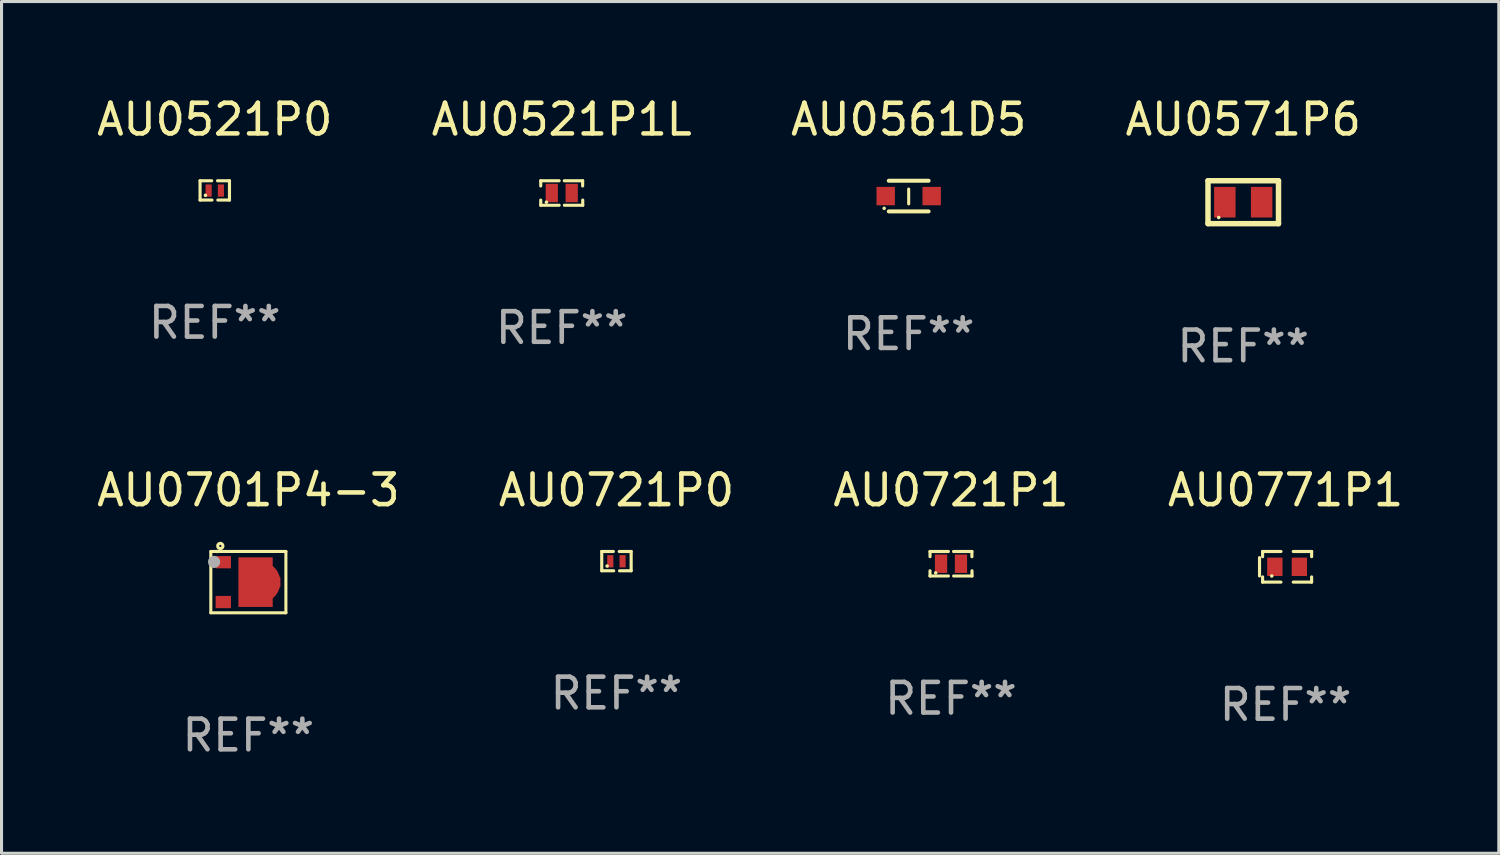
<source format=kicad_pcb>
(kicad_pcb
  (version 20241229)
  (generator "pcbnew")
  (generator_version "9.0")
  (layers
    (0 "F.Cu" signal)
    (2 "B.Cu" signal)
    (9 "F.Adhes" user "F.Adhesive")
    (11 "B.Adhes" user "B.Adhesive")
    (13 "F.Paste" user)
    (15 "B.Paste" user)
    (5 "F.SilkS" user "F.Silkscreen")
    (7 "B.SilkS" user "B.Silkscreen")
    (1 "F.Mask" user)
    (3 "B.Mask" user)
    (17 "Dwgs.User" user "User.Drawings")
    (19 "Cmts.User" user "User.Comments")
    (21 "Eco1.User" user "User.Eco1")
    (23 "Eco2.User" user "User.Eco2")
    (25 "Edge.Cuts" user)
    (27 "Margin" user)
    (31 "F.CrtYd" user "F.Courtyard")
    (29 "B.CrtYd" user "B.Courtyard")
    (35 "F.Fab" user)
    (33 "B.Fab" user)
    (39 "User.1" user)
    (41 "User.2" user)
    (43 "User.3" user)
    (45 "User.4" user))
  (footprint "AU0721P1"
    (layer "F.Cu")
    (at 27.982 15.345)
    (property "Reference" "AU0721P1" (at 0 -2.4 0) (layer "F.SilkS") (effects (font (size 1 1) (thickness 0.15))))
    (attr through_hole)
    (fp_line (start -0.685 -0.4) (end -0.685 -0.23) (stroke (width 0.102) (type solid)) (layer "F.SilkS"))
    (fp_line (start -0.685 0.4) (end -0.685 0.23) (stroke (width 0.102) (type solid)) (layer "F.SilkS"))
    (fp_line (start -0.085 -0.4) (end -0.685 -0.4) (stroke (width 0.102) (type solid)) (layer "F.SilkS"))
    (fp_line (start -0.085 0.4) (end -0.685 0.4) (stroke (width 0.102) (type solid)) (layer "F.SilkS"))
    (fp_line (start 0.082 -0.4) (end 0.682 -0.4) (stroke (width 0.102) (type solid)) (layer "F.SilkS"))
    (fp_line (start 0.085 0.4) (end 0.685 0.4) (stroke (width 0.102) (type solid)) (layer "F.SilkS"))
    (fp_line (start 0.682 -0.4) (end 0.682 -0.23) (stroke (width 0.102) (type solid)) (layer "F.SilkS"))
    (fp_line (start 0.685 0.4) (end 0.685 0.23) (stroke (width 0.102) (type solid)) (layer "F.SilkS"))
    (fp_circle (center -0.5 0.3) (end -0.47 0.3) (stroke (width 0.06) (type solid)) (fill no) (layer "F.SilkS"))
    (fp_text user "REF**" (at 0 4.4 0) (layer "F.Fab") (effects (font (size 1 1) (thickness 0.15))))
    (pad "1" smd rect (at -0.325 0) (size 0.4 0.6) (layers "F.Cu" "F.Mask" "F.Paste"))
    (pad "2" smd rect (at 0.325 0) (size 0.4 0.6) (layers "F.Cu" "F.Mask" "F.Paste")))
  (footprint "AU0571P6"
    (layer "F.Cu")
    (at 37.518 3.548)
    (property "Reference" "AU0571P6" (at 0 -2.7 0) (layer "F.SilkS") (effects (font (size 1 1) (thickness 0.15))))
    (attr through_hole)
    (fp_line (start -1.15 -0.7) (end -1.15 0.7) (stroke (width 0.178) (type solid)) (layer "F.SilkS"))
    (fp_line (start -1.15 -0.7) (end 1.15 -0.7) (stroke (width 0.178) (type solid)) (layer "F.SilkS"))
    (fp_line (start -1.15 0.7) (end 1.15 0.7) (stroke (width 0.178) (type solid)) (layer "F.SilkS"))
    (fp_line (start 1.15 -0.7) (end 1.15 0.7) (stroke (width 0.178) (type solid)) (layer "F.SilkS"))
    (fp_circle (center -0.8 0.5) (end -0.77 0.5) (stroke (width 0.06) (type solid)) (fill no) (layer "F.SilkS"))
    (fp_text user "REF**" (at 0 4.7 0) (layer "F.Fab") (effects (font (size 1 1) (thickness 0.15))))
    (pad "1" smd rect (at -0.6 0 90) (size 1 0.7) (layers "F.Cu" "F.Mask" "F.Paste"))
    (pad "2" smd rect (at 0.6 0 90) (size 1 0.7) (layers "F.Cu" "F.Mask" "F.Paste")))
  (footprint "AU0521P0"
    (layer "F.Cu")
    (at 3.958 3.163)
    (property "Reference" "AU0521P0" (at 0 -2.315 0) (layer "F.SilkS") (effects (font (size 1 1) (thickness 0.15))))
    (attr through_hole)
    (fp_line (start -0.48 -0.315) (end -0.48 0.315) (stroke (width 0.102) (type solid)) (layer "F.SilkS"))
    (fp_line (start -0.48 0.315) (end -0.09 0.315) (stroke (width 0.102) (type solid)) (layer "F.SilkS"))
    (fp_line (start -0.48 -0.315) (end -0.1 -0.315) (stroke (width 0.102) (type solid)) (layer "F.SilkS"))
    (fp_line (start 0.48 0.315) (end 0.1 0.315) (stroke (width 0.102) (type solid)) (layer "F.SilkS"))
    (fp_line (start 0.48 -0.315) (end 0.09 -0.315) (stroke (width 0.102) (type solid)) (layer "F.SilkS"))
    (fp_line (start 0.48 0.315) (end 0.48 -0.315) (stroke (width 0.102) (type solid)) (layer "F.SilkS"))
    (fp_circle (center -0.305 0.16) (end -0.275 0.16) (stroke (width 0.06) (type solid)) (fill no) (layer "F.SilkS"))
    (fp_text user "REF**" (at 0 4.315 0) (layer "F.Fab") (effects (font (size 1 1) (thickness 0.15))))
    (pad "1" smd rect (at -0.2 0.005) (size 0.2 0.4) (layers "F.Cu" "F.Mask" "F.Paste"))
    (pad "2" smd rect (at 0.2 0.005) (size 0.2 0.4) (layers "F.Cu" "F.Mask" "F.Paste")))
  (footprint "AU0701P4-3"
    (layer "F.Cu")
    (at 5.054 15.945)
    (property "Reference" "AU0701P4-3" (at 0 -3 0) (layer "F.SilkS") (effects (font (size 1 1) (thickness 0.15))))
    (attr through_hole)
    (fp_line (start -1.225 -1) (end -1.225 1) (stroke (width 0.1) (type solid)) (layer "F.SilkS"))
    (fp_line (start -1.225 -1) (end 1.225 -1) (stroke (width 0.1) (type solid)) (layer "F.SilkS"))
    (fp_line (start -1.225 1) (end 1.225 1) (stroke (width 0.1) (type solid)) (layer "F.SilkS"))
    (fp_line (start 1.225 -1) (end 1.225 1) (stroke (width 0.1) (type solid)) (layer "F.SilkS"))
    (fp_circle (center -1.019 -1) (end -0.989 -1) (stroke (width 0.06) (type solid)) (fill no) (layer "F.SilkS"))
    (fp_circle (center -0.915 -1.18) (end -0.879 -1.18) (stroke (width 0.1) (type solid)) (fill no) (layer "F.SilkS"))
    (fp_circle (center -1.119 -0.66) (end -1.019 -0.66) (stroke (width 0.2) (type solid)) (fill no) (layer "F.Fab"))
    (fp_text user "REF**" (at 0 5 0) (layer "F.Fab") (effects (font (size 1 1) (thickness 0.15))))
    (pad "1" smd rect (at -0.818 -0.65) (size 0.5 0.4) (layers "F.Cu" "F.Mask" "F.Paste"))
    (pad "2" smd rect (at -0.818 0.65) (size 0.5 0.4) (layers "F.Cu" "F.Mask" "F.Paste"))
    (pad "3" smd custom (at 0.36 0) (size 1.37 1.62) (layers "F.Cu" "F.Mask" "F.Paste") (options (anchor circle)) (primitives (gr_poly (pts (xy -0.685 -0.81) (xy -0.685 0.81) (xy 0.435 0.81) (xy 0.435 0.16) (xy 0.685 0.16) (xy 0.685 -0.16) (xy 0.435 -0.16) (xy 0.435 -0.81) (xy -0.545 -0.81)) (width 0) (fill yes)))))
  (footprint "AU0521P1L"
    (layer "F.Cu")
    (at 15.28 3.248)
    (property "Reference" "AU0521P1L" (at 0 -2.4 0) (layer "F.SilkS") (effects (font (size 1 1) (thickness 0.15))))
    (attr through_hole)
    (fp_line (start -0.685 -0.4) (end -0.685 -0.23) (stroke (width 0.102) (type solid)) (layer "F.SilkS"))
    (fp_line (start -0.685 0.4) (end -0.685 0.23) (stroke (width 0.102) (type solid)) (layer "F.SilkS"))
    (fp_line (start -0.085 -0.4) (end -0.685 -0.4) (stroke (width 0.102) (type solid)) (layer "F.SilkS"))
    (fp_line (start -0.085 0.4) (end -0.685 0.4) (stroke (width 0.102) (type solid)) (layer "F.SilkS"))
    (fp_line (start 0.082 -0.4) (end 0.682 -0.4) (stroke (width 0.102) (type solid)) (layer "F.SilkS"))
    (fp_line (start 0.085 0.4) (end 0.685 0.4) (stroke (width 0.102) (type solid)) (layer "F.SilkS"))
    (fp_line (start 0.682 -0.4) (end 0.682 -0.23) (stroke (width 0.102) (type solid)) (layer "F.SilkS"))
    (fp_line (start 0.685 0.4) (end 0.685 0.23) (stroke (width 0.102) (type solid)) (layer "F.SilkS"))
    (fp_circle (center -0.5 0.3) (end -0.47 0.3) (stroke (width 0.06) (type solid)) (fill no) (layer "F.SilkS"))
    (fp_text user "REF**" (at 0 4.4 0) (layer "F.Fab") (effects (font (size 1 1) (thickness 0.15))))
    (pad "1" smd rect (at -0.325 0) (size 0.4 0.6) (layers "F.Cu" "F.Mask" "F.Paste"))
    (pad "2" smd rect (at 0.325 0) (size 0.4 0.6) (layers "F.Cu" "F.Mask" "F.Paste")))
  (footprint "AU0721P0"
    (layer "F.Cu")
    (at 17.065 15.26)
    (property "Reference" "AU0721P0" (at 0 -2.315 0) (layer "F.SilkS") (effects (font (size 1 1) (thickness 0.15))))
    (attr through_hole)
    (fp_line (start -0.48 -0.315) (end -0.48 0.315) (stroke (width 0.102) (type solid)) (layer "F.SilkS"))
    (fp_line (start -0.48 0.315) (end -0.09 0.315) (stroke (width 0.102) (type solid)) (layer "F.SilkS"))
    (fp_line (start -0.48 -0.315) (end -0.1 -0.315) (stroke (width 0.102) (type solid)) (layer "F.SilkS"))
    (fp_line (start 0.48 0.315) (end 0.1 0.315) (stroke (width 0.102) (type solid)) (layer "F.SilkS"))
    (fp_line (start 0.48 -0.315) (end 0.09 -0.315) (stroke (width 0.102) (type solid)) (layer "F.SilkS"))
    (fp_line (start 0.48 0.315) (end 0.48 -0.315) (stroke (width 0.102) (type solid)) (layer "F.SilkS"))
    (fp_circle (center -0.305 0.16) (end -0.275 0.16) (stroke (width 0.06) (type solid)) (fill no) (layer "F.SilkS"))
    (fp_text user "REF**" (at 0 4.315 0) (layer "F.Fab") (effects (font (size 1 1) (thickness 0.15))))
    (pad "1" smd rect (at -0.2 0.005) (size 0.2 0.4) (layers "F.Cu" "F.Mask" "F.Paste"))
    (pad "2" smd rect (at 0.2 0.005) (size 0.2 0.4) (layers "F.Cu" "F.Mask" "F.Paste")))
  (footprint "AU0561D5"
    (layer "F.Cu")
    (at 26.601 3.348)
    (property "Reference" "AU0561D5" (at 0 -2.5 0) (layer "F.SilkS") (effects (font (size 1 1) (thickness 0.15))))
    (attr through_hole)
    (fp_line (start -0.65 -0.5) (end 0.65 -0.5) (stroke (width 0.13) (type solid)) (layer "F.SilkS"))
    (fp_line (start -0.65 0.5) (end 0.65 0.5) (stroke (width 0.13) (type solid)) (layer "F.SilkS"))
    (fp_line (start 0 -0.229) (end 0 0.254) (stroke (width 0.1) (type solid)) (layer "F.SilkS"))
    (fp_circle (center -0.8 0.4) (end -0.77 0.4) (stroke (width 0.06) (type solid)) (fill no) (layer "F.SilkS"))
    (fp_text user "REF**" (at 0 4.5 0) (layer "F.Fab") (effects (font (size 1 1) (thickness 0.15))))
    (pad "1" smd rect (at -0.75 0) (size 0.6 0.6) (layers "F.Cu" "F.Mask" "F.Paste"))
    (pad "2" smd rect (at 0.75 0 180) (size 0.6 0.6) (layers "F.Cu" "F.Mask" "F.Paste")))
  (footprint "AU0771P1"
    (layer "F.Cu")
    (at 38.899 15.445)
    (property "Reference" "AU0771P1" (at 0 -2.5 0) (layer "F.SilkS") (effects (font (size 1 1) (thickness 0.15))))
    (attr through_hole)
    (fp_line (start -0.85 -0.3) (end -0.85 0.3) (stroke (width 0.102) (type solid)) (layer "F.SilkS"))
    (fp_line (start -0.75 -0.5) (end -0.75 -0.329) (stroke (width 0.102) (type solid)) (layer "F.SilkS"))
    (fp_line (start -0.75 0.329) (end -0.75 0.5) (stroke (width 0.102) (type solid)) (layer "F.SilkS"))
    (fp_line (start -0.75 0.5) (end -0.15 0.5) (stroke (width 0.102) (type solid)) (layer "F.SilkS"))
    (fp_line (start -0.15 -0.5) (end -0.75 -0.5) (stroke (width 0.102) (type solid)) (layer "F.SilkS"))
    (fp_line (start 0.25 -0.5) (end 0.85 -0.5) (stroke (width 0.102) (type solid)) (layer "F.SilkS"))
    (fp_line (start 0.85 -0.5) (end 0.85 -0.33) (stroke (width 0.102) (type solid)) (layer "F.SilkS"))
    (fp_line (start 0.85 0.33) (end 0.85 0.5) (stroke (width 0.102) (type solid)) (layer "F.SilkS"))
    (fp_line (start 0.85 0.5) (end 0.25 0.5) (stroke (width 0.102) (type solid)) (layer "F.SilkS"))
    (fp_circle (center -0.45 0.3) (end -0.42 0.3) (stroke (width 0.06) (type solid)) (fill no) (layer "F.SilkS"))
    (fp_text user "REF**" (at 0 4.5 0) (layer "F.Fab") (effects (font (size 1 1) (thickness 0.15))))
    (pad "1" smd rect (at -0.35 0) (size 0.5 0.6) (layers "F.Cu" "F.Mask" "F.Paste"))
    (pad "2" smd rect (at 0.45 0) (size 0.5 0.6) (layers "F.Cu" "F.Mask" "F.Paste")))
  (gr_rect
    (start -3 -3)
    (end 45.857 24.793)
    (stroke (width 0.1) (type default))
    (fill no)
    (layer "Edge.Cuts")))
</source>
